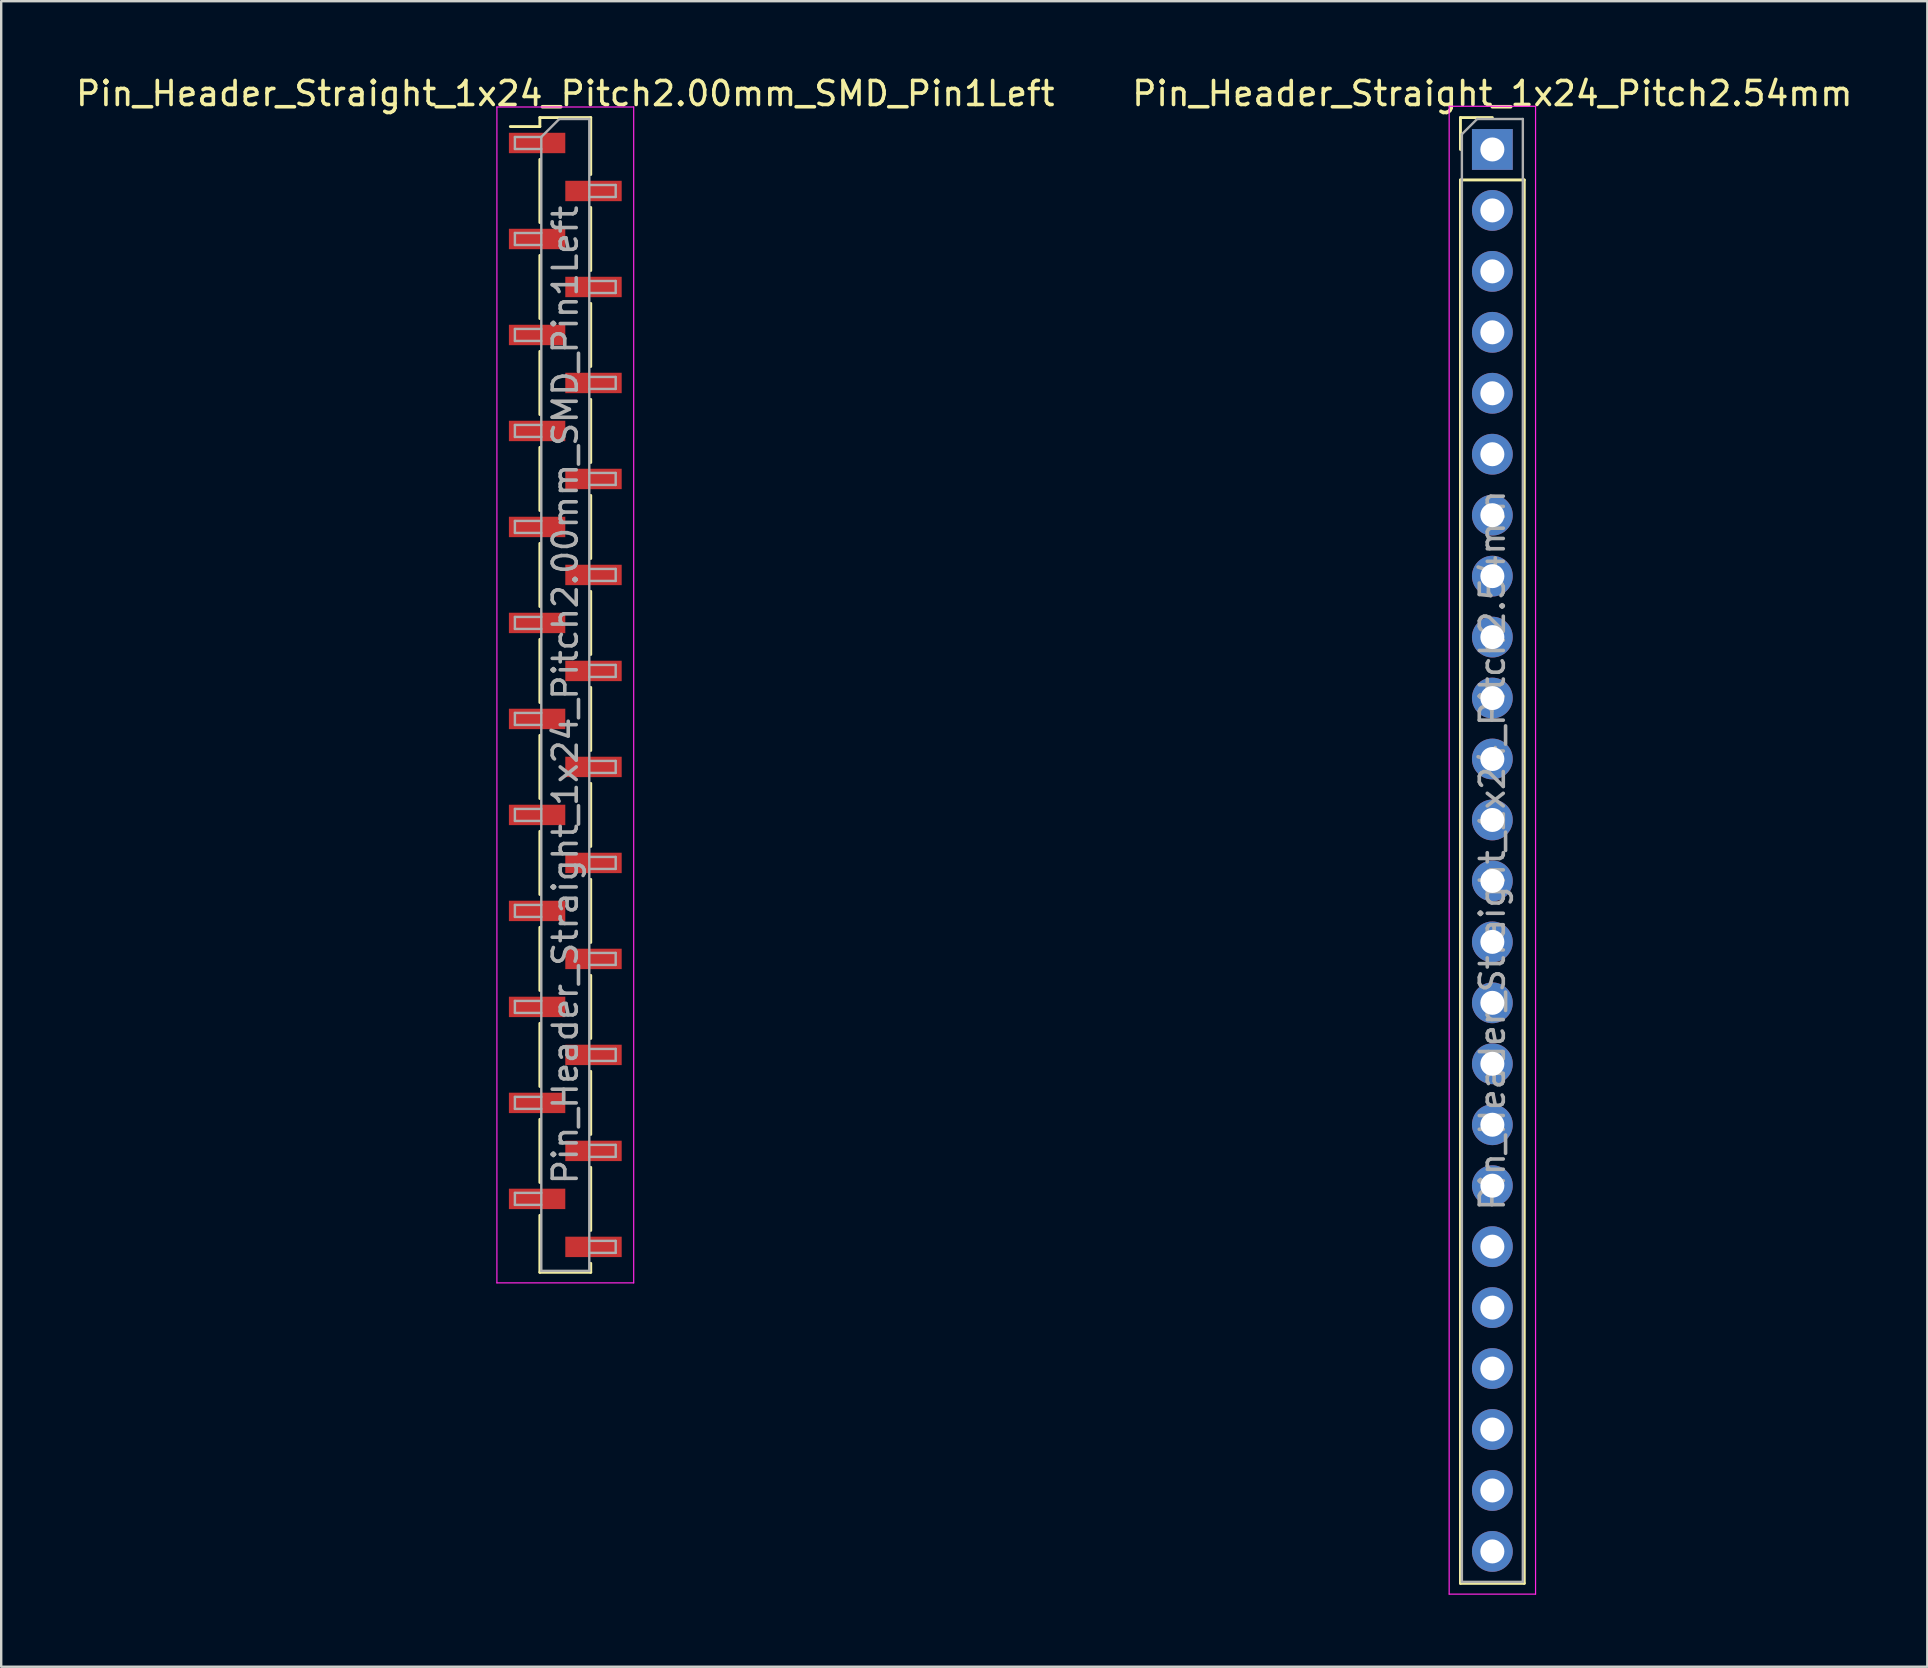
<source format=kicad_pcb>
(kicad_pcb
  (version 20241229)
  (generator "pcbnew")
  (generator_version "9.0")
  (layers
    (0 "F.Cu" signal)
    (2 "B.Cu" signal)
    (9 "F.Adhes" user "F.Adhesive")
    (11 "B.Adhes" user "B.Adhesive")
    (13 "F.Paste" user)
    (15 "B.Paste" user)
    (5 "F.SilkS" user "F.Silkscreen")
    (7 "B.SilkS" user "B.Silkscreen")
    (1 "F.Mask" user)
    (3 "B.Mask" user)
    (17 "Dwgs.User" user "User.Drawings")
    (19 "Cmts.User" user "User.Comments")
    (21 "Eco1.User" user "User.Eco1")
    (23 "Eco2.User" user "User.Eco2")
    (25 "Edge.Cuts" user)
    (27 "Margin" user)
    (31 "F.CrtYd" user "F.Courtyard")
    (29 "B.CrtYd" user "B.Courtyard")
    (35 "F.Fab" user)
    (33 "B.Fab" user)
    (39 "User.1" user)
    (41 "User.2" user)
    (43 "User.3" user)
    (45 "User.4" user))
  (footprint "Pin_Header_Straight_1x24_Pitch2.54mm"
    (layer "F.Cu")
    (at 59.137 3.178)
    (property "Reference" "Pin_Header_Straight_1x24_Pitch2.54mm" (at 0 -2.33 0) (layer "F.SilkS") (effects (font (size 1 1) (thickness 0.15))))
    (attr through_hole)
    (fp_line (start -1.33 -1.33) (end 0 -1.33) (stroke (width 0.12) (type solid)) (layer "F.SilkS"))
    (fp_line (start -1.33 0) (end -1.33 -1.33) (stroke (width 0.12) (type solid)) (layer "F.SilkS"))
    (fp_line (start -1.33 1.27) (end -1.33 59.75) (stroke (width 0.12) (type solid)) (layer "F.SilkS"))
    (fp_line (start -1.33 1.27) (end 1.33 1.27) (stroke (width 0.12) (type solid)) (layer "F.SilkS"))
    (fp_line (start -1.33 59.75) (end 1.33 59.75) (stroke (width 0.12) (type solid)) (layer "F.SilkS"))
    (fp_line (start 1.33 1.27) (end 1.33 59.75) (stroke (width 0.12) (type solid)) (layer "F.SilkS"))
    (fp_line (start -1.8 -1.8) (end -1.8 60.2) (stroke (width 0.05) (type solid)) (layer "F.CrtYd"))
    (fp_line (start -1.8 60.2) (end 1.8 60.2) (stroke (width 0.05) (type solid)) (layer "F.CrtYd"))
    (fp_line (start 1.8 -1.8) (end -1.8 -1.8) (stroke (width 0.05) (type solid)) (layer "F.CrtYd"))
    (fp_line (start 1.8 60.2) (end 1.8 -1.8) (stroke (width 0.05) (type solid)) (layer "F.CrtYd"))
    (fp_line (start -1.27 -0.635) (end -0.635 -1.27) (stroke (width 0.1) (type solid)) (layer "F.Fab"))
    (fp_line (start -1.27 59.69) (end -1.27 -0.635) (stroke (width 0.1) (type solid)) (layer "F.Fab"))
    (fp_line (start -0.635 -1.27) (end 1.27 -1.27) (stroke (width 0.1) (type solid)) (layer "F.Fab"))
    (fp_line (start 1.27 -1.27) (end 1.27 59.69) (stroke (width 0.1) (type solid)) (layer "F.Fab"))
    (fp_line (start 1.27 59.69) (end -1.27 59.69) (stroke (width 0.1) (type solid)) (layer "F.Fab"))
    (fp_text user "${REFERENCE}" (at 0 29.21 90) (layer "F.Fab") (effects (font (size 1 1) (thickness 0.15))))
    (pad "1" thru_hole rect (at 0 0) (size 1.7 1.7) (drill 1) (layers "*.Cu" "*.Mask"))
    (pad "2" thru_hole oval (at 0 2.54) (size 1.7 1.7) (drill 1) (layers "*.Cu" "*.Mask"))
    (pad "3" thru_hole oval (at 0 5.08) (size 1.7 1.7) (drill 1) (layers "*.Cu" "*.Mask"))
    (pad "4" thru_hole oval (at 0 7.62) (size 1.7 1.7) (drill 1) (layers "*.Cu" "*.Mask"))
    (pad "5" thru_hole oval (at 0 10.16) (size 1.7 1.7) (drill 1) (layers "*.Cu" "*.Mask"))
    (pad "6" thru_hole oval (at 0 12.7) (size 1.7 1.7) (drill 1) (layers "*.Cu" "*.Mask"))
    (pad "7" thru_hole oval (at 0 15.24) (size 1.7 1.7) (drill 1) (layers "*.Cu" "*.Mask"))
    (pad "8" thru_hole oval (at 0 17.78) (size 1.7 1.7) (drill 1) (layers "*.Cu" "*.Mask"))
    (pad "9" thru_hole oval (at 0 20.32) (size 1.7 1.7) (drill 1) (layers "*.Cu" "*.Mask"))
    (pad "10" thru_hole oval (at 0 22.86) (size 1.7 1.7) (drill 1) (layers "*.Cu" "*.Mask"))
    (pad "11" thru_hole oval (at 0 25.4) (size 1.7 1.7) (drill 1) (layers "*.Cu" "*.Mask"))
    (pad "12" thru_hole oval (at 0 27.94) (size 1.7 1.7) (drill 1) (layers "*.Cu" "*.Mask"))
    (pad "13" thru_hole oval (at 0 30.48) (size 1.7 1.7) (drill 1) (layers "*.Cu" "*.Mask"))
    (pad "14" thru_hole oval (at 0 33.02) (size 1.7 1.7) (drill 1) (layers "*.Cu" "*.Mask"))
    (pad "15" thru_hole oval (at 0 35.56) (size 1.7 1.7) (drill 1) (layers "*.Cu" "*.Mask"))
    (pad "16" thru_hole oval (at 0 38.1) (size 1.7 1.7) (drill 1) (layers "*.Cu" "*.Mask"))
    (pad "17" thru_hole oval (at 0 40.64) (size 1.7 1.7) (drill 1) (layers "*.Cu" "*.Mask"))
    (pad "18" thru_hole oval (at 0 43.18) (size 1.7 1.7) (drill 1) (layers "*.Cu" "*.Mask"))
    (pad "19" thru_hole oval (at 0 45.72) (size 1.7 1.7) (drill 1) (layers "*.Cu" "*.Mask"))
    (pad "20" thru_hole oval (at 0 48.26) (size 1.7 1.7) (drill 1) (layers "*.Cu" "*.Mask"))
    (pad "21" thru_hole oval (at 0 50.8) (size 1.7 1.7) (drill 1) (layers "*.Cu" "*.Mask"))
    (pad "22" thru_hole oval (at 0 53.34) (size 1.7 1.7) (drill 1) (layers "*.Cu" "*.Mask"))
    (pad "23" thru_hole oval (at 0 55.88) (size 1.7 1.7) (drill 1) (layers "*.Cu" "*.Mask"))
    (pad "24" thru_hole oval (at 0 58.42) (size 1.7 1.7) (drill 1) (layers "*.Cu" "*.Mask")))
  (footprint "Pin_Header_Straight_1x24_Pitch2.00mm_SMD_Pin1Left"
    (layer "F.Cu")
    (at 20.506 25.908)
    (property "Reference" "Pin_Header_Straight_1x24_Pitch2.00mm_SMD_Pin1Left" (at 0 -25.06 0) (layer "F.SilkS") (effects (font (size 1 1) (thickness 0.15))))
    (attr smd)
    (fp_line (start -1.06 -24.06) (end -1.06 -23.685) (stroke (width 0.12) (type solid)) (layer "F.SilkS"))
    (fp_line (start -1.06 -24.06) (end 1.06 -24.06) (stroke (width 0.12) (type solid)) (layer "F.SilkS"))
    (fp_line (start -1.06 -23.685) (end -2.29 -23.685) (stroke (width 0.12) (type solid)) (layer "F.SilkS"))
    (fp_line (start -1.06 -22.315) (end -1.06 -19.685) (stroke (width 0.12) (type solid)) (layer "F.SilkS"))
    (fp_line (start -1.06 -18.315) (end -1.06 -15.685) (stroke (width 0.12) (type solid)) (layer "F.SilkS"))
    (fp_line (start -1.06 -14.315) (end -1.06 -11.685) (stroke (width 0.12) (type solid)) (layer "F.SilkS"))
    (fp_line (start -1.06 -10.315) (end -1.06 -7.685) (stroke (width 0.12) (type solid)) (layer "F.SilkS"))
    (fp_line (start -1.06 -6.315) (end -1.06 -3.685) (stroke (width 0.12) (type solid)) (layer "F.SilkS"))
    (fp_line (start -1.06 -2.315) (end -1.06 0.315) (stroke (width 0.12) (type solid)) (layer "F.SilkS"))
    (fp_line (start -1.06 1.685) (end -1.06 4.315) (stroke (width 0.12) (type solid)) (layer "F.SilkS"))
    (fp_line (start -1.06 5.685) (end -1.06 8.315) (stroke (width 0.12) (type solid)) (layer "F.SilkS"))
    (fp_line (start -1.06 9.685) (end -1.06 12.315) (stroke (width 0.12) (type solid)) (layer "F.SilkS"))
    (fp_line (start -1.06 13.685) (end -1.06 16.315) (stroke (width 0.12) (type solid)) (layer "F.SilkS"))
    (fp_line (start -1.06 17.685) (end -1.06 20.315) (stroke (width 0.12) (type solid)) (layer "F.SilkS"))
    (fp_line (start -1.06 21.685) (end -1.06 24.06) (stroke (width 0.12) (type solid)) (layer "F.SilkS"))
    (fp_line (start -1.06 24.06) (end 1.06 24.06) (stroke (width 0.12) (type solid)) (layer "F.SilkS"))
    (fp_line (start 1.06 -24.06) (end 1.06 -21.685) (stroke (width 0.12) (type solid)) (layer "F.SilkS"))
    (fp_line (start 1.06 -20.315) (end 1.06 -17.685) (stroke (width 0.12) (type solid)) (layer "F.SilkS"))
    (fp_line (start 1.06 -16.315) (end 1.06 -13.685) (stroke (width 0.12) (type solid)) (layer "F.SilkS"))
    (fp_line (start 1.06 -12.315) (end 1.06 -9.685) (stroke (width 0.12) (type solid)) (layer "F.SilkS"))
    (fp_line (start 1.06 -8.315) (end 1.06 -5.685) (stroke (width 0.12) (type solid)) (layer "F.SilkS"))
    (fp_line (start 1.06 -4.315) (end 1.06 -1.685) (stroke (width 0.12) (type solid)) (layer "F.SilkS"))
    (fp_line (start 1.06 -0.315) (end 1.06 2.315) (stroke (width 0.12) (type solid)) (layer "F.SilkS"))
    (fp_line (start 1.06 3.685) (end 1.06 6.315) (stroke (width 0.12) (type solid)) (layer "F.SilkS"))
    (fp_line (start 1.06 7.685) (end 1.06 10.315) (stroke (width 0.12) (type solid)) (layer "F.SilkS"))
    (fp_line (start 1.06 11.685) (end 1.06 14.315) (stroke (width 0.12) (type solid)) (layer "F.SilkS"))
    (fp_line (start 1.06 15.685) (end 1.06 18.315) (stroke (width 0.12) (type solid)) (layer "F.SilkS"))
    (fp_line (start 1.06 19.685) (end 1.06 22.315) (stroke (width 0.12) (type solid)) (layer "F.SilkS"))
    (fp_line (start 1.06 23.685) (end 1.06 24.06) (stroke (width 0.12) (type solid)) (layer "F.SilkS"))
    (fp_line (start -2.85 -24.5) (end -2.85 24.5) (stroke (width 0.05) (type solid)) (layer "F.CrtYd"))
    (fp_line (start -2.85 24.5) (end 2.85 24.5) (stroke (width 0.05) (type solid)) (layer "F.CrtYd"))
    (fp_line (start 2.85 -24.5) (end -2.85 -24.5) (stroke (width 0.05) (type solid)) (layer "F.CrtYd"))
    (fp_line (start 2.85 24.5) (end 2.85 -24.5) (stroke (width 0.05) (type solid)) (layer "F.CrtYd"))
    (fp_line (start -2.1 -23.25) (end -2.1 -22.75) (stroke (width 0.1) (type solid)) (layer "F.Fab"))
    (fp_line (start -2.1 -22.75) (end -1 -22.75) (stroke (width 0.1) (type solid)) (layer "F.Fab"))
    (fp_line (start -2.1 -19.25) (end -2.1 -18.75) (stroke (width 0.1) (type solid)) (layer "F.Fab"))
    (fp_line (start -2.1 -18.75) (end -1 -18.75) (stroke (width 0.1) (type solid)) (layer "F.Fab"))
    (fp_line (start -2.1 -15.25) (end -2.1 -14.75) (stroke (width 0.1) (type solid)) (layer "F.Fab"))
    (fp_line (start -2.1 -14.75) (end -1 -14.75) (stroke (width 0.1) (type solid)) (layer "F.Fab"))
    (fp_line (start -2.1 -11.25) (end -2.1 -10.75) (stroke (width 0.1) (type solid)) (layer "F.Fab"))
    (fp_line (start -2.1 -10.75) (end -1 -10.75) (stroke (width 0.1) (type solid)) (layer "F.Fab"))
    (fp_line (start -2.1 -7.25) (end -2.1 -6.75) (stroke (width 0.1) (type solid)) (layer "F.Fab"))
    (fp_line (start -2.1 -6.75) (end -1 -6.75) (stroke (width 0.1) (type solid)) (layer "F.Fab"))
    (fp_line (start -2.1 -3.25) (end -2.1 -2.75) (stroke (width 0.1) (type solid)) (layer "F.Fab"))
    (fp_line (start -2.1 -2.75) (end -1 -2.75) (stroke (width 0.1) (type solid)) (layer "F.Fab"))
    (fp_line (start -2.1 0.75) (end -2.1 1.25) (stroke (width 0.1) (type solid)) (layer "F.Fab"))
    (fp_line (start -2.1 1.25) (end -1 1.25) (stroke (width 0.1) (type solid)) (layer "F.Fab"))
    (fp_line (start -2.1 4.75) (end -2.1 5.25) (stroke (width 0.1) (type solid)) (layer "F.Fab"))
    (fp_line (start -2.1 5.25) (end -1 5.25) (stroke (width 0.1) (type solid)) (layer "F.Fab"))
    (fp_line (start -2.1 8.75) (end -2.1 9.25) (stroke (width 0.1) (type solid)) (layer "F.Fab"))
    (fp_line (start -2.1 9.25) (end -1 9.25) (stroke (width 0.1) (type solid)) (layer "F.Fab"))
    (fp_line (start -2.1 12.75) (end -2.1 13.25) (stroke (width 0.1) (type solid)) (layer "F.Fab"))
    (fp_line (start -2.1 13.25) (end -1 13.25) (stroke (width 0.1) (type solid)) (layer "F.Fab"))
    (fp_line (start -2.1 16.75) (end -2.1 17.25) (stroke (width 0.1) (type solid)) (layer "F.Fab"))
    (fp_line (start -2.1 17.25) (end -1 17.25) (stroke (width 0.1) (type solid)) (layer "F.Fab"))
    (fp_line (start -2.1 20.75) (end -2.1 21.25) (stroke (width 0.1) (type solid)) (layer "F.Fab"))
    (fp_line (start -2.1 21.25) (end -1 21.25) (stroke (width 0.1) (type solid)) (layer "F.Fab"))
    (fp_line (start -1 -23.25) (end -2.1 -23.25) (stroke (width 0.1) (type solid)) (layer "F.Fab"))
    (fp_line (start -1 -23.25) (end -0.25 -24) (stroke (width 0.1) (type solid)) (layer "F.Fab"))
    (fp_line (start -1 -19.25) (end -2.1 -19.25) (stroke (width 0.1) (type solid)) (layer "F.Fab"))
    (fp_line (start -1 -15.25) (end -2.1 -15.25) (stroke (width 0.1) (type solid)) (layer "F.Fab"))
    (fp_line (start -1 -11.25) (end -2.1 -11.25) (stroke (width 0.1) (type solid)) (layer "F.Fab"))
    (fp_line (start -1 -7.25) (end -2.1 -7.25) (stroke (width 0.1) (type solid)) (layer "F.Fab"))
    (fp_line (start -1 -3.25) (end -2.1 -3.25) (stroke (width 0.1) (type solid)) (layer "F.Fab"))
    (fp_line (start -1 0.75) (end -2.1 0.75) (stroke (width 0.1) (type solid)) (layer "F.Fab"))
    (fp_line (start -1 4.75) (end -2.1 4.75) (stroke (width 0.1) (type solid)) (layer "F.Fab"))
    (fp_line (start -1 8.75) (end -2.1 8.75) (stroke (width 0.1) (type solid)) (layer "F.Fab"))
    (fp_line (start -1 12.75) (end -2.1 12.75) (stroke (width 0.1) (type solid)) (layer "F.Fab"))
    (fp_line (start -1 16.75) (end -2.1 16.75) (stroke (width 0.1) (type solid)) (layer "F.Fab"))
    (fp_line (start -1 20.75) (end -2.1 20.75) (stroke (width 0.1) (type solid)) (layer "F.Fab"))
    (fp_line (start -1 24) (end -1 -23.25) (stroke (width 0.1) (type solid)) (layer "F.Fab"))
    (fp_line (start -0.25 -24) (end 1 -24) (stroke (width 0.1) (type solid)) (layer "F.Fab"))
    (fp_line (start 1 -24) (end 1 24) (stroke (width 0.1) (type solid)) (layer "F.Fab"))
    (fp_line (start 1 -21.25) (end 2.1 -21.25) (stroke (width 0.1) (type solid)) (layer "F.Fab"))
    (fp_line (start 1 -17.25) (end 2.1 -17.25) (stroke (width 0.1) (type solid)) (layer "F.Fab"))
    (fp_line (start 1 -13.25) (end 2.1 -13.25) (stroke (width 0.1) (type solid)) (layer "F.Fab"))
    (fp_line (start 1 -9.25) (end 2.1 -9.25) (stroke (width 0.1) (type solid)) (layer "F.Fab"))
    (fp_line (start 1 -5.25) (end 2.1 -5.25) (stroke (width 0.1) (type solid)) (layer "F.Fab"))
    (fp_line (start 1 -1.25) (end 2.1 -1.25) (stroke (width 0.1) (type solid)) (layer "F.Fab"))
    (fp_line (start 1 2.75) (end 2.1 2.75) (stroke (width 0.1) (type solid)) (layer "F.Fab"))
    (fp_line (start 1 6.75) (end 2.1 6.75) (stroke (width 0.1) (type solid)) (layer "F.Fab"))
    (fp_line (start 1 10.75) (end 2.1 10.75) (stroke (width 0.1) (type solid)) (layer "F.Fab"))
    (fp_line (start 1 14.75) (end 2.1 14.75) (stroke (width 0.1) (type solid)) (layer "F.Fab"))
    (fp_line (start 1 18.75) (end 2.1 18.75) (stroke (width 0.1) (type solid)) (layer "F.Fab"))
    (fp_line (start 1 22.75) (end 2.1 22.75) (stroke (width 0.1) (type solid)) (layer "F.Fab"))
    (fp_line (start 1 24) (end -1 24) (stroke (width 0.1) (type solid)) (layer "F.Fab"))
    (fp_line (start 2.1 -21.25) (end 2.1 -20.75) (stroke (width 0.1) (type solid)) (layer "F.Fab"))
    (fp_line (start 2.1 -20.75) (end 1 -20.75) (stroke (width 0.1) (type solid)) (layer "F.Fab"))
    (fp_line (start 2.1 -17.25) (end 2.1 -16.75) (stroke (width 0.1) (type solid)) (layer "F.Fab"))
    (fp_line (start 2.1 -16.75) (end 1 -16.75) (stroke (width 0.1) (type solid)) (layer "F.Fab"))
    (fp_line (start 2.1 -13.25) (end 2.1 -12.75) (stroke (width 0.1) (type solid)) (layer "F.Fab"))
    (fp_line (start 2.1 -12.75) (end 1 -12.75) (stroke (width 0.1) (type solid)) (layer "F.Fab"))
    (fp_line (start 2.1 -9.25) (end 2.1 -8.75) (stroke (width 0.1) (type solid)) (layer "F.Fab"))
    (fp_line (start 2.1 -8.75) (end 1 -8.75) (stroke (width 0.1) (type solid)) (layer "F.Fab"))
    (fp_line (start 2.1 -5.25) (end 2.1 -4.75) (stroke (width 0.1) (type solid)) (layer "F.Fab"))
    (fp_line (start 2.1 -4.75) (end 1 -4.75) (stroke (width 0.1) (type solid)) (layer "F.Fab"))
    (fp_line (start 2.1 -1.25) (end 2.1 -0.75) (stroke (width 0.1) (type solid)) (layer "F.Fab"))
    (fp_line (start 2.1 -0.75) (end 1 -0.75) (stroke (width 0.1) (type solid)) (layer "F.Fab"))
    (fp_line (start 2.1 2.75) (end 2.1 3.25) (stroke (width 0.1) (type solid)) (layer "F.Fab"))
    (fp_line (start 2.1 3.25) (end 1 3.25) (stroke (width 0.1) (type solid)) (layer "F.Fab"))
    (fp_line (start 2.1 6.75) (end 2.1 7.25) (stroke (width 0.1) (type solid)) (layer "F.Fab"))
    (fp_line (start 2.1 7.25) (end 1 7.25) (stroke (width 0.1) (type solid)) (layer "F.Fab"))
    (fp_line (start 2.1 10.75) (end 2.1 11.25) (stroke (width 0.1) (type solid)) (layer "F.Fab"))
    (fp_line (start 2.1 11.25) (end 1 11.25) (stroke (width 0.1) (type solid)) (layer "F.Fab"))
    (fp_line (start 2.1 14.75) (end 2.1 15.25) (stroke (width 0.1) (type solid)) (layer "F.Fab"))
    (fp_line (start 2.1 15.25) (end 1 15.25) (stroke (width 0.1) (type solid)) (layer "F.Fab"))
    (fp_line (start 2.1 18.75) (end 2.1 19.25) (stroke (width 0.1) (type solid)) (layer "F.Fab"))
    (fp_line (start 2.1 19.25) (end 1 19.25) (stroke (width 0.1) (type solid)) (layer "F.Fab"))
    (fp_line (start 2.1 22.75) (end 2.1 23.25) (stroke (width 0.1) (type solid)) (layer "F.Fab"))
    (fp_line (start 2.1 23.25) (end 1 23.25) (stroke (width 0.1) (type solid)) (layer "F.Fab"))
    (fp_text user "${REFERENCE}" (at 0 0 90) (layer "F.Fab") (effects (font (size 1 1) (thickness 0.15))))
    (pad "1" smd rect (at -1.175 -23) (size 2.35 0.85) (layers "F.Cu" "F.Mask" "F.Paste"))
    (pad "2" smd rect (at 1.175 -21) (size 2.35 0.85) (layers "F.Cu" "F.Mask" "F.Paste"))
    (pad "3" smd rect (at -1.175 -19) (size 2.35 0.85) (layers "F.Cu" "F.Mask" "F.Paste"))
    (pad "4" smd rect (at 1.175 -17) (size 2.35 0.85) (layers "F.Cu" "F.Mask" "F.Paste"))
    (pad "5" smd rect (at -1.175 -15) (size 2.35 0.85) (layers "F.Cu" "F.Mask" "F.Paste"))
    (pad "6" smd rect (at 1.175 -13) (size 2.35 0.85) (layers "F.Cu" "F.Mask" "F.Paste"))
    (pad "7" smd rect (at -1.175 -11) (size 2.35 0.85) (layers "F.Cu" "F.Mask" "F.Paste"))
    (pad "8" smd rect (at 1.175 -9) (size 2.35 0.85) (layers "F.Cu" "F.Mask" "F.Paste"))
    (pad "9" smd rect (at -1.175 -7) (size 2.35 0.85) (layers "F.Cu" "F.Mask" "F.Paste"))
    (pad "10" smd rect (at 1.175 -5) (size 2.35 0.85) (layers "F.Cu" "F.Mask" "F.Paste"))
    (pad "11" smd rect (at -1.175 -3) (size 2.35 0.85) (layers "F.Cu" "F.Mask" "F.Paste"))
    (pad "12" smd rect (at 1.175 -1) (size 2.35 0.85) (layers "F.Cu" "F.Mask" "F.Paste"))
    (pad "13" smd rect (at -1.175 1) (size 2.35 0.85) (layers "F.Cu" "F.Mask" "F.Paste"))
    (pad "14" smd rect (at 1.175 3) (size 2.35 0.85) (layers "F.Cu" "F.Mask" "F.Paste"))
    (pad "15" smd rect (at -1.175 5) (size 2.35 0.85) (layers "F.Cu" "F.Mask" "F.Paste"))
    (pad "16" smd rect (at 1.175 7) (size 2.35 0.85) (layers "F.Cu" "F.Mask" "F.Paste"))
    (pad "17" smd rect (at -1.175 9) (size 2.35 0.85) (layers "F.Cu" "F.Mask" "F.Paste"))
    (pad "18" smd rect (at 1.175 11) (size 2.35 0.85) (layers "F.Cu" "F.Mask" "F.Paste"))
    (pad "19" smd rect (at -1.175 13) (size 2.35 0.85) (layers "F.Cu" "F.Mask" "F.Paste"))
    (pad "20" smd rect (at 1.175 15) (size 2.35 0.85) (layers "F.Cu" "F.Mask" "F.Paste"))
    (pad "21" smd rect (at -1.175 17) (size 2.35 0.85) (layers "F.Cu" "F.Mask" "F.Paste"))
    (pad "22" smd rect (at 1.175 19) (size 2.35 0.85) (layers "F.Cu" "F.Mask" "F.Paste"))
    (pad "23" smd rect (at -1.175 21) (size 2.35 0.85) (layers "F.Cu" "F.Mask" "F.Paste"))
    (pad "24" smd rect (at 1.175 23) (size 2.35 0.85) (layers "F.Cu" "F.Mask" "F.Paste")))
  (gr_rect
    (start -3 -3)
    (end 77.262 66.403)
    (stroke (width 0.1) (type default))
    (fill no)
    (layer "Edge.Cuts")))
</source>
